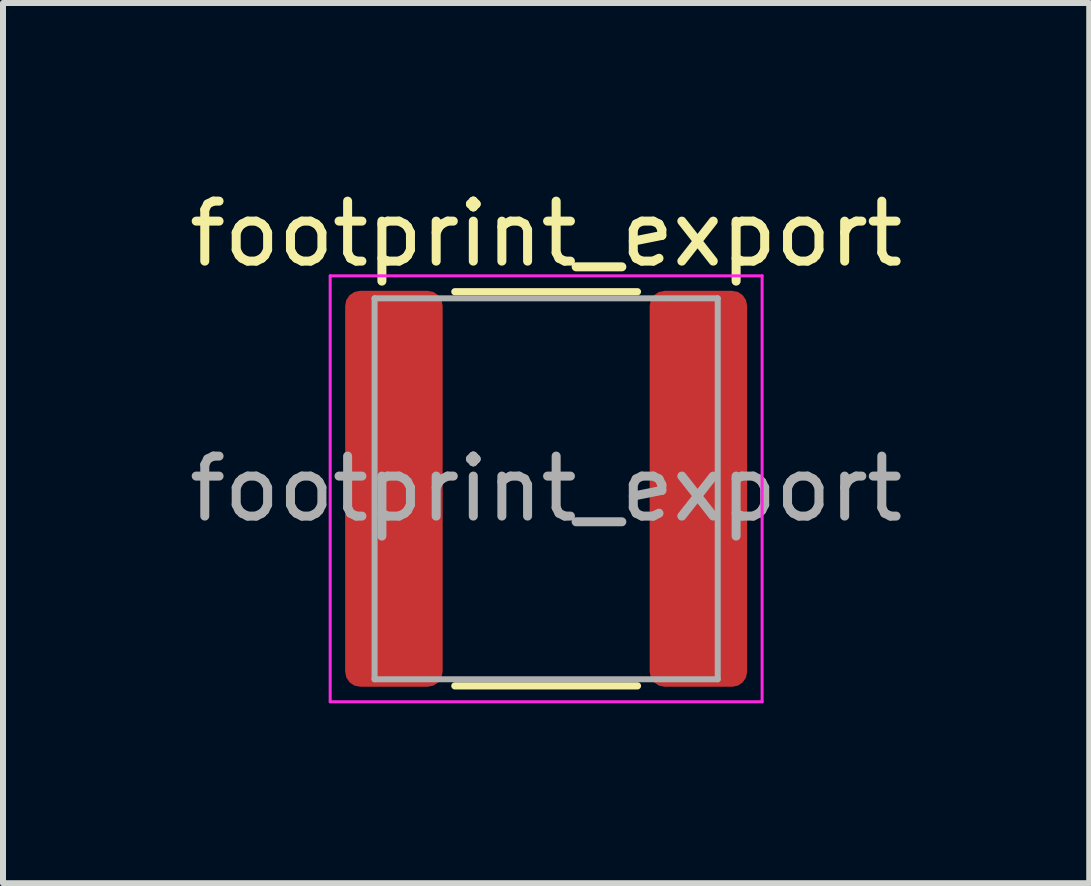
<source format=kicad_pcb>
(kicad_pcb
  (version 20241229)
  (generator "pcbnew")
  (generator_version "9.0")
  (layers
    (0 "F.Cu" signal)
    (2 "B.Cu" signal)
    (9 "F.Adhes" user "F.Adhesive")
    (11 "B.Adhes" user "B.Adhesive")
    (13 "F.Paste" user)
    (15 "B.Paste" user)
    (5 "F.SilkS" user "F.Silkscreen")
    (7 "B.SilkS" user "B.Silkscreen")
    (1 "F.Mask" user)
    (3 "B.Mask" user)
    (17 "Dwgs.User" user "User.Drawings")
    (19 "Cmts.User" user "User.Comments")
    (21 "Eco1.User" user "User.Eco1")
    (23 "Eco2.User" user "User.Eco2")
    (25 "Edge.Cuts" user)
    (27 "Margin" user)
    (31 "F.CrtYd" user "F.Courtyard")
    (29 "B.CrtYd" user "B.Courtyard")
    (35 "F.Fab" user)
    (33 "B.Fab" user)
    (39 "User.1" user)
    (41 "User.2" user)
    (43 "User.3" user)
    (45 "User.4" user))
  (footprint "footprint_export"
    (layer "F.Cu")
    (at 6.054 5.098)
    (property "Reference" "footprint_export" (at 0 -4.25 0) (layer "F.SilkS") (effects (font (size 1 1) (thickness 0.15))))
    (attr smd)
    (fp_line (start -1.522 -3.285) (end 1.522 -3.285) (stroke (width 0.12) (type solid)) (layer "F.SilkS"))
    (fp_line (start -1.522 3.285) (end 1.522 3.285) (stroke (width 0.12) (type solid)) (layer "F.SilkS"))
    (fp_line (start -3.6 -3.55) (end 3.6 -3.55) (stroke (width 0.05) (type solid)) (layer "F.CrtYd"))
    (fp_line (start -3.6 3.55) (end -3.6 -3.55) (stroke (width 0.05) (type solid)) (layer "F.CrtYd"))
    (fp_line (start 3.6 -3.55) (end 3.6 3.55) (stroke (width 0.05) (type solid)) (layer "F.CrtYd"))
    (fp_line (start 3.6 3.55) (end -3.6 3.55) (stroke (width 0.05) (type solid)) (layer "F.CrtYd"))
    (fp_line (start -2.86 -3.175) (end 2.86 -3.175) (stroke (width 0.1) (type solid)) (layer "F.Fab"))
    (fp_line (start -2.86 3.175) (end -2.86 -3.175) (stroke (width 0.1) (type solid)) (layer "F.Fab"))
    (fp_line (start 2.86 -3.175) (end 2.86 3.175) (stroke (width 0.1) (type solid)) (layer "F.Fab"))
    (fp_line (start 2.86 3.175) (end -2.86 3.175) (stroke (width 0.1) (type solid)) (layer "F.Fab"))
    (fp_text user "${REFERENCE}" (at 0 0 0) (layer "F.Fab") (effects (font (size 1 1) (thickness 0.15))))
    (pad "1" smd roundrect (at -2.538 0) (size 1.625 6.6) (layers "F.Cu" "F.Mask" "F.Paste") (roundrect_rratio 0.154))
    (pad "2" smd roundrect (at 2.538 0) (size 1.625 6.6) (layers "F.Cu" "F.Mask" "F.Paste") (roundrect_rratio 0.154)))
  (gr_rect
    (start -3 -3)
    (end 15.107 11.673)
    (stroke (width 0.1) (type default))
    (fill no)
    (layer "Edge.Cuts")))
</source>
